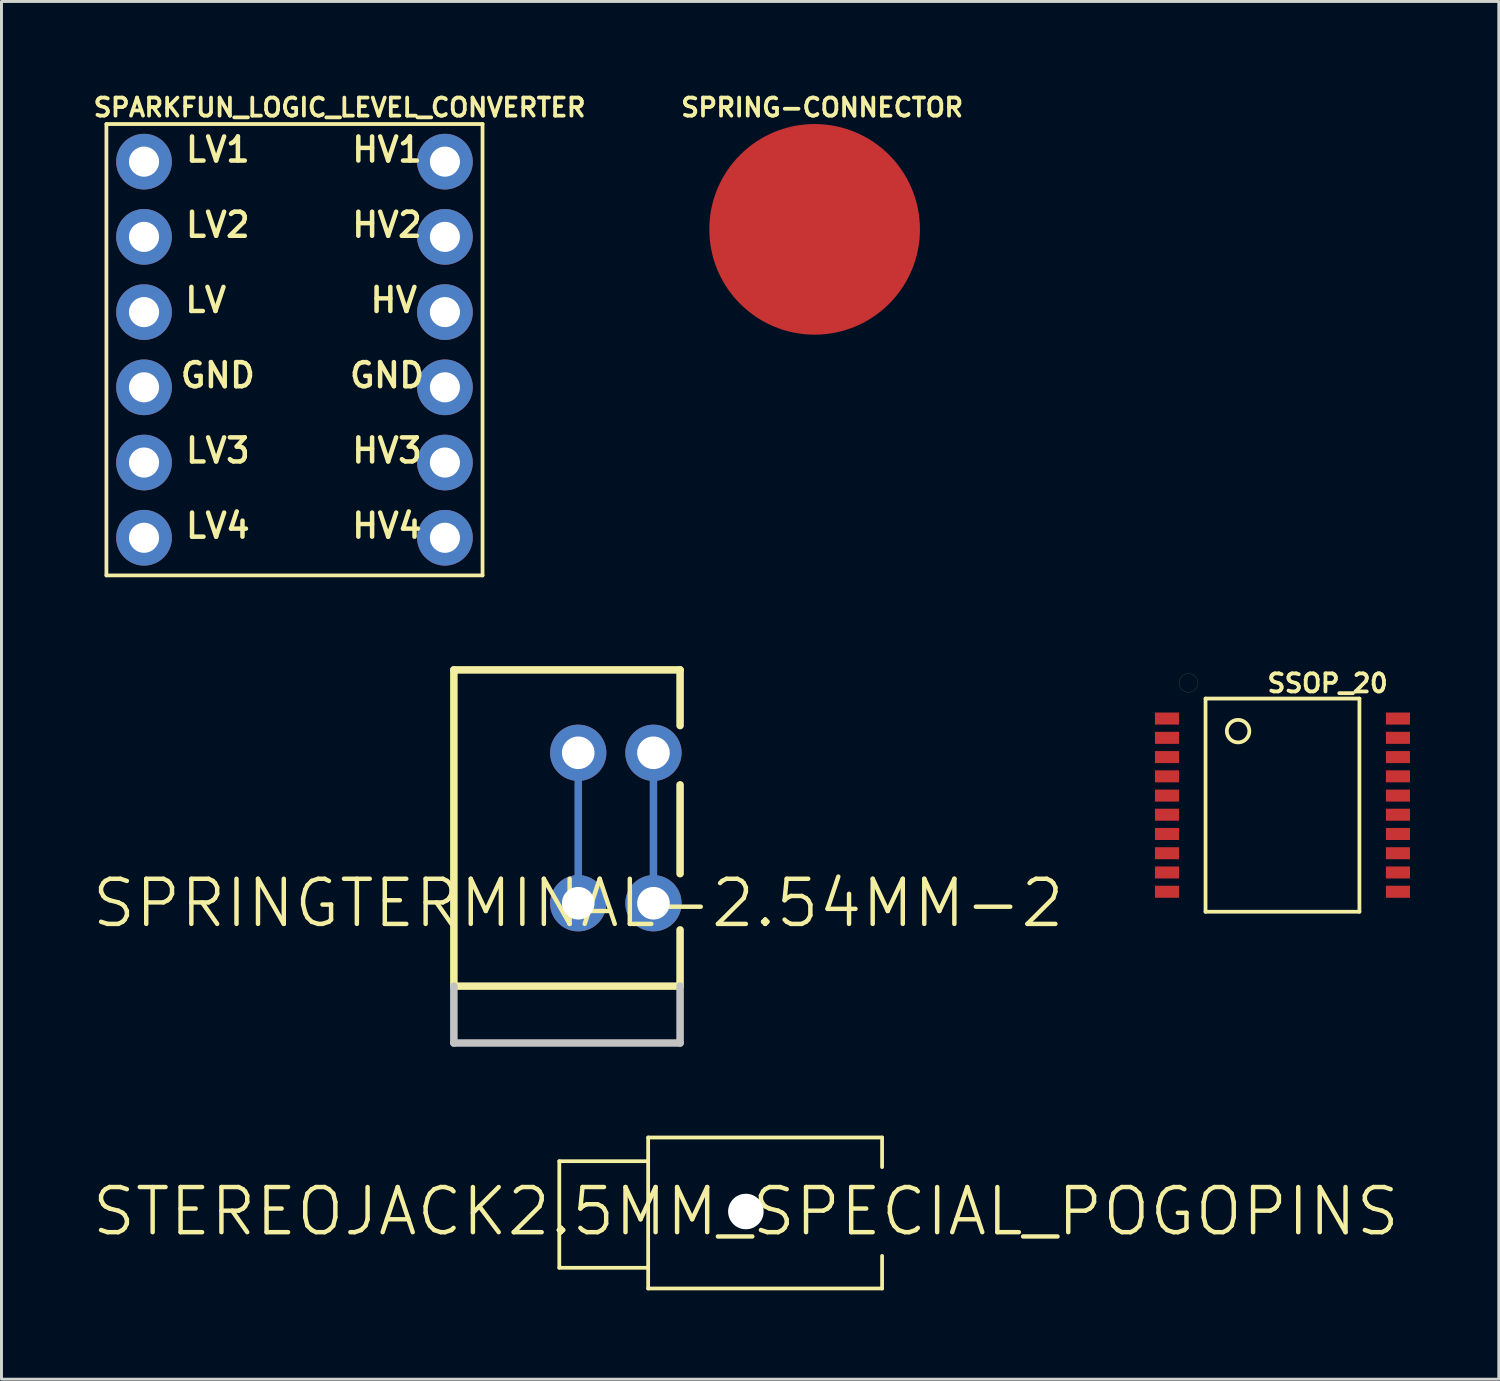
<source format=kicad_pcb>
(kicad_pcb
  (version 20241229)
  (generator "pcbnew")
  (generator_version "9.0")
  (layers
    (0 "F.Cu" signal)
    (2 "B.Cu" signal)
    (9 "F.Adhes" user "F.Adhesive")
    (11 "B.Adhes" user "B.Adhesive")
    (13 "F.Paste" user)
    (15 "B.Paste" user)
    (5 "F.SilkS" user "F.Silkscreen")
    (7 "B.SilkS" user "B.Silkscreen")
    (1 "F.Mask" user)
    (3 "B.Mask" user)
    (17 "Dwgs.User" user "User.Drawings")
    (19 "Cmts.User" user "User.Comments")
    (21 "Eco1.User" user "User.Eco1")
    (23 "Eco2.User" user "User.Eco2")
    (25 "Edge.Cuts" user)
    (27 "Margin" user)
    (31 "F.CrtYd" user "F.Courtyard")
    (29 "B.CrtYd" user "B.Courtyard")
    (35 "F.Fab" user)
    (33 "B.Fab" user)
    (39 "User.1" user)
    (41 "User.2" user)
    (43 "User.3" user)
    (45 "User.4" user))
  (footprint "SPRINGTERMINAL-2.54MM-2"
    (layer "F.Cu")
    (at 16.474 27.448)
    (property "Reference" "SPRINGTERMINAL-2.54MM-2" (at 0 0 0) (layer "F.SilkS") (effects (font (size 1.524 1.524) (thickness 0.15))))
    (attr exclude_from_pos_files exclude_from_bom)
    (fp_line (start 0 0) (end 0 -5.08) (stroke (width 0.254) (type solid)) (layer "B.Cu"))
    (fp_line (start 2.54 0) (end 2.54 -5.08) (stroke (width 0.254) (type solid)) (layer "B.Cu"))
    (fp_line (start -4.199 -7.879) (end -4.199 2.799) (stroke (width 0.254) (type solid)) (layer "F.SilkS"))
    (fp_line (start -4.199 2.799) (end 3.439 2.799) (stroke (width 0.254) (type solid)) (layer "F.SilkS"))
    (fp_line (start 3.439 -7.879) (end -4.199 -7.879) (stroke (width 0.254) (type solid)) (layer "F.SilkS"))
    (fp_line (start 3.439 -7.879) (end 3.439 -5.999) (stroke (width 0.254) (type solid)) (layer "F.SilkS"))
    (fp_line (start 3.439 -3.998) (end 3.439 -0.998) (stroke (width 0.254) (type solid)) (layer "F.SilkS"))
    (fp_line (start 3.439 0.899) (end 3.439 2.799) (stroke (width 0.254) (type solid)) (layer "F.SilkS"))
    (fp_line (start 0 0) (end 0 -5.08) (stroke (width 0.254) (type solid)) (layer "B.Adhes"))
    (fp_line (start 2.54 0) (end 2.54 -5.08) (stroke (width 0.254) (type solid)) (layer "B.Adhes"))
    (fp_line (start -4.199 2.799) (end -4.199 4.719) (stroke (width 0.254) (type solid)) (layer "Dwgs.User"))
    (fp_line (start -4.199 4.719) (end 3.439 4.719) (stroke (width 0.254) (type solid)) (layer "Dwgs.User"))
    (fp_line (start 3.439 4.719) (end 3.439 2.799) (stroke (width 0.254) (type solid)) (layer "Dwgs.User"))
    (pad "1" thru_hole circle (at 0 0) (size 1.9 1.9) (drill 1.1) (layers "*.Cu" "*.Paste" "*.Mask"))
    (pad "2" thru_hole circle (at 2.54 0) (size 1.9 1.9) (drill 1.1) (layers "*.Cu" "*.Paste" "*.Mask"))
    (pad "P$2" thru_hole circle (at 0 -5.08) (size 1.9 1.9) (drill 1.1) (layers "*.Cu" "*.Paste" "*.Mask"))
    (pad "P$3" thru_hole circle (at 2.54 -5.08) (size 1.9 1.9) (drill 1.1) (layers "*.Cu" "*.Paste" "*.Mask")))
  (footprint "SPARKFUN_LOGIC_LEVEL_CONVERTER"
    (layer "F.Cu")
    (at 6.893 8.758)
    (property "Reference" "SPARKFUN_LOGIC_LEVEL_CONVERTER" (at 1.524 -8.179 0) (layer "F.SilkS") (effects (font (size 0.61 0.61) (thickness 0.127))))
    (attr exclude_from_pos_files exclude_from_bom)
    (fp_line (start -6.35 -7.62) (end 6.35 -7.62) (stroke (width 0.127) (type solid)) (layer "F.SilkS"))
    (fp_line (start -6.35 7.62) (end -6.35 -7.62) (stroke (width 0.127) (type solid)) (layer "F.SilkS"))
    (fp_line (start 6.35 -7.62) (end 6.35 7.62) (stroke (width 0.127) (type solid)) (layer "F.SilkS"))
    (fp_line (start 6.35 7.62) (end -6.35 7.62) (stroke (width 0.127) (type solid)) (layer "F.SilkS"))
    (fp_text user "HV4" (at 3.124 5.944 0) (layer "F.SilkS") (effects (font (size 0.813 0.813) (thickness 0.152))))
    (fp_text user "LV" (at -2.997 -1.676 0) (layer "F.SilkS") (effects (font (size 0.813 0.813) (thickness 0.152))))
    (fp_text user "LV4" (at -2.588 5.944 0) (layer "F.SilkS") (effects (font (size 0.813 0.813) (thickness 0.152))))
    (fp_text user "GND" (at -2.588 0.864 0) (layer "F.SilkS") (effects (font (size 0.813 0.813) (thickness 0.152))))
    (fp_text user "LV2" (at -2.588 -4.216 0) (layer "F.SilkS") (effects (font (size 0.813 0.813) (thickness 0.152))))
    (fp_text user "LV3" (at -2.588 3.404 0) (layer "F.SilkS") (effects (font (size 0.813 0.813) (thickness 0.152))))
    (fp_text user "HV" (at 3.353 -1.676 0) (layer "F.SilkS") (effects (font (size 0.813 0.813) (thickness 0.152))))
    (fp_text user "GND" (at 3.124 0.864 0) (layer "F.SilkS") (effects (font (size 0.813 0.813) (thickness 0.152))))
    (fp_text user "LV1" (at -2.588 -6.756 0) (layer "F.SilkS") (effects (font (size 0.813 0.813) (thickness 0.152))))
    (fp_text user "HV1" (at 3.124 -6.756 0) (layer "F.SilkS") (effects (font (size 0.813 0.813) (thickness 0.152))))
    (fp_text user "HV2" (at 3.124 -4.216 0) (layer "F.SilkS") (effects (font (size 0.813 0.813) (thickness 0.152))))
    (fp_text user "HV3" (at 3.124 3.404 0) (layer "F.SilkS") (effects (font (size 0.813 0.813) (thickness 0.152))))
    (pad "GND1" thru_hole circle (at -5.08 1.27) (size 1.88 1.88) (drill 1.016) (layers "*.Cu" "*.Paste" "*.Mask"))
    (pad "GND2" thru_hole circle (at 5.08 1.27) (size 1.88 1.88) (drill 1.016) (layers "*.Cu" "*.Paste" "*.Mask"))
    (pad "HV" thru_hole circle (at 5.08 -1.27) (size 1.88 1.88) (drill 1.016) (layers "*.Cu" "*.Paste" "*.Mask"))
    (pad "HV1" thru_hole circle (at 5.08 -6.35) (size 1.88 1.88) (drill 1.016) (layers "*.Cu" "*.Paste" "*.Mask"))
    (pad "HV2" thru_hole circle (at 5.08 -3.81) (size 1.88 1.88) (drill 1.016) (layers "*.Cu" "*.Paste" "*.Mask"))
    (pad "HV3" thru_hole circle (at 5.08 3.81) (size 1.88 1.88) (drill 1.016) (layers "*.Cu" "*.Paste" "*.Mask"))
    (pad "HV4" thru_hole circle (at 5.08 6.35) (size 1.88 1.88) (drill 1.016) (layers "*.Cu" "*.Paste" "*.Mask"))
    (pad "LV" thru_hole circle (at -5.08 -1.27) (size 1.88 1.88) (drill 1.016) (layers "*.Cu" "*.Paste" "*.Mask"))
    (pad "LV1" thru_hole circle (at -5.08 -6.35) (size 1.88 1.88) (drill 1.016) (layers "*.Cu" "*.Paste" "*.Mask"))
    (pad "LV2" thru_hole circle (at -5.08 -3.81) (size 1.88 1.88) (drill 1.016) (layers "*.Cu" "*.Paste" "*.Mask"))
    (pad "LV3" thru_hole circle (at -5.08 3.81) (size 1.88 1.88) (drill 1.016) (layers "*.Cu" "*.Paste" "*.Mask"))
    (pad "LV4" thru_hole circle (at -5.08 6.35) (size 1.88 1.88) (drill 1.016) (layers "*.Cu" "*.Paste" "*.Mask")))
  (footprint "SPRING-CONNECTOR"
    (layer "F.Cu")
    (at 24.456 4.694)
    (property "Reference" "SPRING-CONNECTOR" (at 0.254 -4.115 0) (layer "F.SilkS") (effects (font (size 0.61 0.61) (thickness 0.127))))
    (attr smd)
    (pad "P$2" smd circle (at 0 0) (size 7.112 7.112) (layers "F.Cu" "F.Mask" "F.Paste")))
  (footprint "STEREOJACK2.5MM_SPECIAL_POGOPINS"
    (layer "F.Cu")
    (at 22.134 37.857)
    (property "Reference" "STEREOJACK2.5MM_SPECIAL_POGOPINS" (at 0 0 0) (layer "F.SilkS") (effects (font (size 1.524 1.524) (thickness 0.15))))
    (attr exclude_from_pos_files exclude_from_bom)
    (fp_line (start -6.299 -1.699) (end -6.299 1.9) (stroke (width 0.127) (type solid)) (layer "F.SilkS"))
    (fp_line (start -6.299 1.9) (end -3.299 1.9) (stroke (width 0.127) (type solid)) (layer "F.SilkS"))
    (fp_line (start -3.299 -2.499) (end -3.299 -1.699) (stroke (width 0.127) (type solid)) (layer "F.SilkS"))
    (fp_line (start -3.299 -1.699) (end -6.299 -1.699) (stroke (width 0.127) (type solid)) (layer "F.SilkS"))
    (fp_line (start -3.299 -1.699) (end -3.299 1.9) (stroke (width 0.127) (type solid)) (layer "F.SilkS"))
    (fp_line (start -3.299 1.9) (end -3.299 2.598) (stroke (width 0.127) (type solid)) (layer "F.SilkS"))
    (fp_line (start -3.299 2.598) (end 4.6 2.598) (stroke (width 0.127) (type solid)) (layer "F.SilkS"))
    (fp_line (start 4.6 -2.499) (end -3.299 -2.499) (stroke (width 0.127) (type solid)) (layer "F.SilkS"))
    (fp_line (start 4.6 -1.499) (end 4.6 -2.499) (stroke (width 0.127) (type solid)) (layer "F.SilkS"))
    (fp_line (start 4.6 2.598) (end 4.6 1.499) (stroke (width 0.127) (type solid)) (layer "F.SilkS"))
    (pad "" np_thru_hole circle (at 0 0) (size 1.199 1.199) (drill 1.199) (layers "*.Cu" "*.Mask"))
    (pad "RING" thru_hole rect (at 2.499 -1.849) (size 0.001 0.001) (drill 1.118) (layers "*.Cu" "*.Paste" "*.Mask"))
    (pad "RING" thru_hole rect (at 2.499 1.849) (size 0.001 0.001) (drill 1.118) (layers "*.Cu" "*.Paste" "*.Mask"))
    (pad "SHIE" thru_hole rect (at -2.398 0) (size 0.001 0.001) (drill 1.118) (layers "*.Cu" "*.Paste" "*.Mask"))
    (pad "TIP" thru_hole rect (at 4.498 0) (size 0.001 0.001) (drill 1.118) (layers "*.Cu" "*.Paste" "*.Mask")))
  (footprint "SSOP_20"
    (layer "F.Cu")
    (at 40.253 24.136)
    (property "Reference" "SSOP_20" (at 1.524 -4.115 0) (layer "F.SilkS") (effects (font (size 0.61 0.61) (thickness 0.127))))
    (attr smd)
    (fp_line (start -3.493 -4.128) (end -3.482 -4.056) (stroke (width 0.003) (type solid)) (layer "F.SilkS"))
    (fp_line (start -3.482 -4.196) (end -3.493 -4.128) (stroke (width 0.003) (type solid)) (layer "F.SilkS"))
    (fp_line (start -3.482 -4.056) (end -3.459 -3.988) (stroke (width 0.003) (type solid)) (layer "F.SilkS"))
    (fp_line (start -3.459 -4.265) (end -3.482 -4.196) (stroke (width 0.003) (type solid)) (layer "F.SilkS"))
    (fp_line (start -3.459 -3.988) (end -3.421 -3.929) (stroke (width 0.003) (type solid)) (layer "F.SilkS"))
    (fp_line (start -3.421 -4.323) (end -3.459 -4.265) (stroke (width 0.003) (type solid)) (layer "F.SilkS"))
    (fp_line (start -3.421 -3.929) (end -3.371 -3.879) (stroke (width 0.003) (type solid)) (layer "F.SilkS"))
    (fp_line (start -3.371 -4.374) (end -3.421 -4.323) (stroke (width 0.003) (type solid)) (layer "F.SilkS"))
    (fp_line (start -3.371 -3.879) (end -3.312 -3.84) (stroke (width 0.003) (type solid)) (layer "F.SilkS"))
    (fp_line (start -3.312 -4.412) (end -3.371 -4.374) (stroke (width 0.003) (type solid)) (layer "F.SilkS"))
    (fp_line (start -3.312 -3.84) (end -3.244 -3.818) (stroke (width 0.003) (type solid)) (layer "F.SilkS"))
    (fp_line (start -3.244 -4.435) (end -3.312 -4.412) (stroke (width 0.003) (type solid)) (layer "F.SilkS"))
    (fp_line (start -3.244 -3.818) (end -3.175 -3.81) (stroke (width 0.003) (type solid)) (layer "F.SilkS"))
    (fp_line (start -3.175 -4.445) (end -3.244 -4.435) (stroke (width 0.003) (type solid)) (layer "F.SilkS"))
    (fp_line (start -3.175 -3.81) (end -3.104 -3.818) (stroke (width 0.003) (type solid)) (layer "F.SilkS"))
    (fp_line (start -3.104 -4.435) (end -3.175 -4.445) (stroke (width 0.003) (type solid)) (layer "F.SilkS"))
    (fp_line (start -3.104 -3.818) (end -3.035 -3.84) (stroke (width 0.003) (type solid)) (layer "F.SilkS"))
    (fp_line (start -3.035 -4.412) (end -3.104 -4.435) (stroke (width 0.003) (type solid)) (layer "F.SilkS"))
    (fp_line (start -3.035 -3.84) (end -2.977 -3.879) (stroke (width 0.003) (type solid)) (layer "F.SilkS"))
    (fp_line (start -2.977 -4.374) (end -3.035 -4.412) (stroke (width 0.003) (type solid)) (layer "F.SilkS"))
    (fp_line (start -2.977 -3.879) (end -2.926 -3.929) (stroke (width 0.003) (type solid)) (layer "F.SilkS"))
    (fp_line (start -2.926 -4.323) (end -2.977 -4.374) (stroke (width 0.003) (type solid)) (layer "F.SilkS"))
    (fp_line (start -2.926 -3.929) (end -2.888 -3.988) (stroke (width 0.003) (type solid)) (layer "F.SilkS"))
    (fp_line (start -2.888 -4.265) (end -2.926 -4.323) (stroke (width 0.003) (type solid)) (layer "F.SilkS"))
    (fp_line (start -2.888 -3.988) (end -2.865 -4.056) (stroke (width 0.003) (type solid)) (layer "F.SilkS"))
    (fp_line (start -2.865 -4.196) (end -2.888 -4.265) (stroke (width 0.003) (type solid)) (layer "F.SilkS"))
    (fp_line (start -2.865 -4.056) (end -2.857 -4.128) (stroke (width 0.003) (type solid)) (layer "F.SilkS"))
    (fp_line (start -2.857 -4.128) (end -2.865 -4.196) (stroke (width 0.003) (type solid)) (layer "F.SilkS"))
    (fp_line (start -2.598 -3.599) (end 2.598 -3.599) (stroke (width 0.127) (type solid)) (layer "F.SilkS"))
    (fp_line (start -2.598 3.599) (end -2.598 -3.599) (stroke (width 0.127) (type solid)) (layer "F.SilkS"))
    (fp_line (start 2.598 -3.599) (end 2.598 3.599) (stroke (width 0.127) (type solid)) (layer "F.SilkS"))
    (fp_line (start 2.598 3.599) (end -2.598 3.599) (stroke (width 0.127) (type solid)) (layer "F.SilkS"))
    (fp_circle (center -1.499 -2.499) (end -1.499 -2.88) (stroke (width 0.127) (type solid)) (fill no) (layer "F.SilkS"))
    (pad "1" smd rect (at -3.899 -2.924) (size 0.813 0.406) (layers "F.Cu" "F.Mask" "F.Paste"))
    (pad "2" smd rect (at -3.899 -2.273) (size 0.813 0.406) (layers "F.Cu" "F.Mask" "F.Paste"))
    (pad "3" smd rect (at -3.899 -1.623) (size 0.813 0.406) (layers "F.Cu" "F.Mask" "F.Paste"))
    (pad "4" smd rect (at -3.899 -0.973) (size 0.813 0.406) (layers "F.Cu" "F.Mask" "F.Paste"))
    (pad "5" smd rect (at -3.899 -0.323) (size 0.813 0.406) (layers "F.Cu" "F.Mask" "F.Paste"))
    (pad "6" smd rect (at -3.899 0.323) (size 0.813 0.406) (layers "F.Cu" "F.Mask" "F.Paste"))
    (pad "7" smd rect (at -3.899 0.973) (size 0.813 0.406) (layers "F.Cu" "F.Mask" "F.Paste"))
    (pad "8" smd rect (at -3.899 1.623) (size 0.813 0.406) (layers "F.Cu" "F.Mask" "F.Paste"))
    (pad "9" smd rect (at -3.899 2.273) (size 0.813 0.406) (layers "F.Cu" "F.Mask" "F.Paste"))
    (pad "10" smd rect (at -3.899 2.924) (size 0.813 0.406) (layers "F.Cu" "F.Mask" "F.Paste"))
    (pad "11" smd rect (at 3.899 2.924) (size 0.813 0.406) (layers "F.Cu" "F.Mask" "F.Paste"))
    (pad "12" smd rect (at 3.899 2.273) (size 0.813 0.406) (layers "F.Cu" "F.Mask" "F.Paste"))
    (pad "13" smd rect (at 3.899 1.623) (size 0.813 0.406) (layers "F.Cu" "F.Mask" "F.Paste"))
    (pad "14" smd rect (at 3.899 0.973) (size 0.813 0.406) (layers "F.Cu" "F.Mask" "F.Paste"))
    (pad "15" smd rect (at 3.899 0.323) (size 0.813 0.406) (layers "F.Cu" "F.Mask" "F.Paste"))
    (pad "16" smd rect (at 3.899 -0.323) (size 0.813 0.406) (layers "F.Cu" "F.Mask" "F.Paste"))
    (pad "17" smd rect (at 3.899 -0.973) (size 0.813 0.406) (layers "F.Cu" "F.Mask" "F.Paste"))
    (pad "18" smd rect (at 3.899 -1.623) (size 0.813 0.406) (layers "F.Cu" "F.Mask" "F.Paste"))
    (pad "19" smd rect (at 3.899 -2.273) (size 0.813 0.406) (layers "F.Cu" "F.Mask" "F.Paste"))
    (pad "20" smd rect (at 3.899 -2.924) (size 0.813 0.406) (layers "F.Cu" "F.Mask" "F.Paste")))
  (gr_rect
    (start -3 -3)
    (end 47.558 43.519)
    (stroke (width 0.1) (type default))
    (fill no)
    (layer "Edge.Cuts")))
</source>
